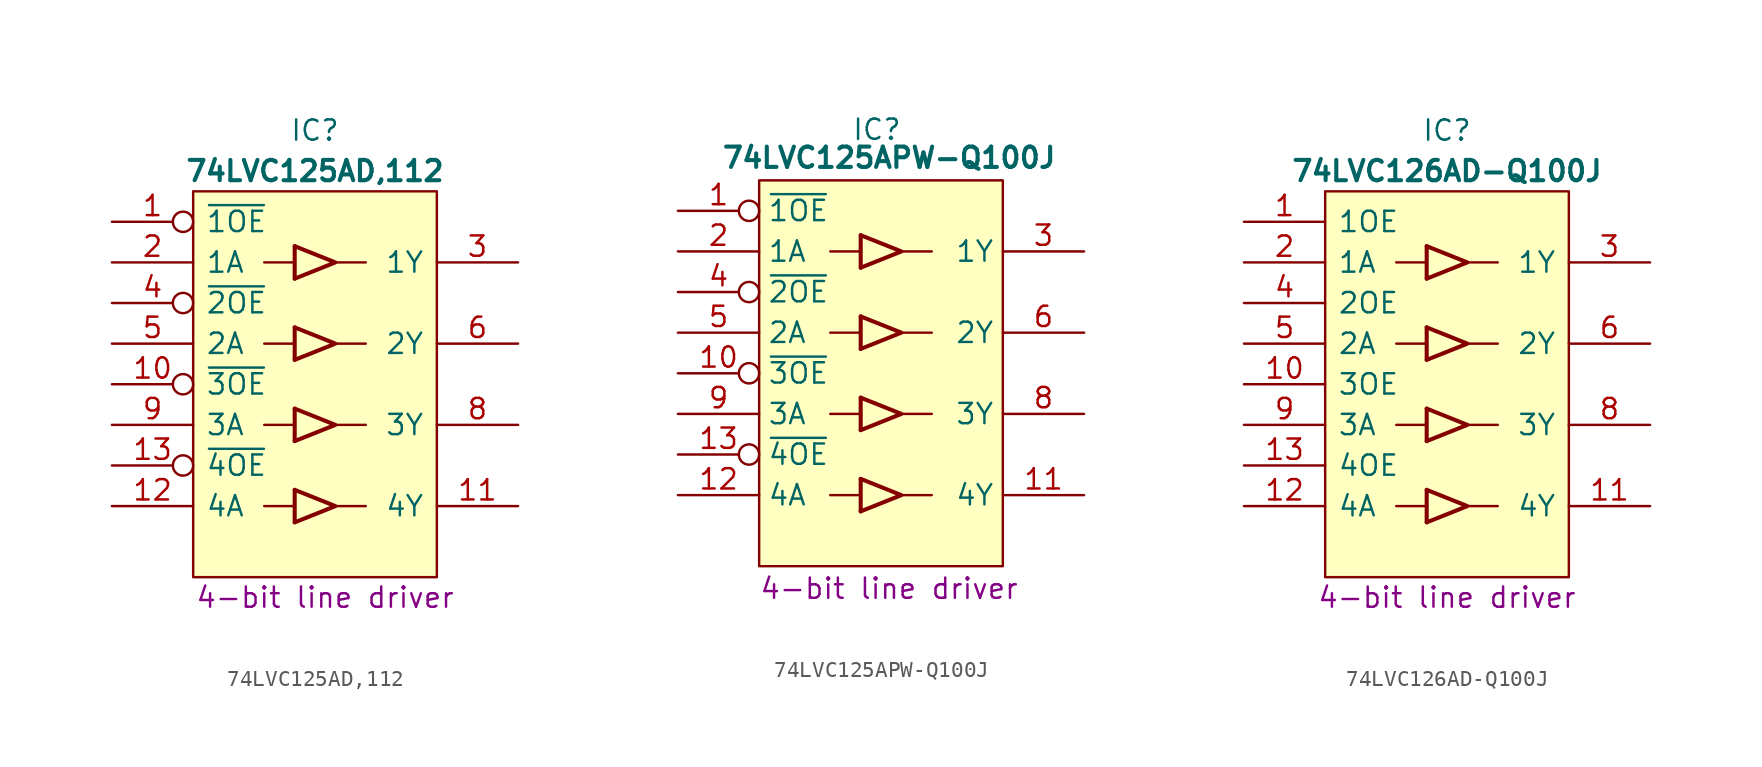
<source format=kicad_sym>
(kicad_symbol_lib
  (version 20231120)
  (generator "kicad_symbol_editor")
  (generator_version "8.0")
  (symbol "74LVC125AD,112"
    (pin_names
      (offset 0.762))
    (property "Reference" "IC"
      (at 12.7 5.715 0)
      (effects (font (size 1.27 1.27))))
    (property "Value" "74LVC125AD,112"
      (at 12.7 3.175 0)
      (effects (font (size 1.27 1.27) (bold yes))))
    (property "Description" "4-bit line driver "
      (at 13.335 -23.495 0)
      (effects (font (size 1.27 1.27))))
    (symbol "74LVC125AD,112_0_0"
      (pin tri_state line (at 25.4 -17.78 180) (length 5.08) (name "4Y" (effects (font (size 1.27 1.27)))) (number "11" (effects (font (size 1.27 1.27)))))
      (pin input line (at 0 -17.78 0) (length 5.08) (name "4A" (effects (font (size 1.27 1.27)))) (number "12" (effects (font (size 1.27 1.27)))))
      (pin input line (at 0 -2.54 0) (length 5.08) (name "1A" (effects (font (size 1.27 1.27)))) (number "2" (effects (font (size 1.27 1.27)))))
      (pin tri_state line (at 25.4 -2.54 180) (length 5.08) (name "1Y" (effects (font (size 1.27 1.27)))) (number "3" (effects (font (size 1.27 1.27)))))
      (pin input line (at 0 -7.62 0) (length 5.08) (name "2A" (effects (font (size 1.27 1.27)))) (number "5" (effects (font (size 1.27 1.27)))))
      (pin tri_state line (at 25.4 -7.62 180) (length 5.08) (name "2Y" (effects (font (size 1.27 1.27)))) (number "6" (effects (font (size 1.27 1.27)))))
      (pin tri_state line (at 25.4 -12.7 180) (length 5.08) (name "3Y" (effects (font (size 1.27 1.27)))) (number "8" (effects (font (size 1.27 1.27)))))
      (pin input line (at 0 -12.7 0) (length 5.08) (name "3A" (effects (font (size 1.27 1.27)))) (number "9" (effects (font (size 1.27 1.27))))))
    (symbol "74LVC125AD,112_0_1"
      (polyline (pts (xy 9.525 -17.78) (xy 11.43 -17.78)) (stroke (width 0) (type default)) (fill (type none)))
      (polyline (pts (xy 9.525 -12.7) (xy 11.43 -12.7)) (stroke (width 0) (type default)) (fill (type none)))
      (polyline (pts (xy 9.525 -7.62) (xy 11.43 -7.62)) (stroke (width 0) (type default)) (fill (type none)))
      (polyline (pts (xy 9.525 -2.54) (xy 11.43 -2.54)) (stroke (width 0) (type default)) (fill (type none)))
      (polyline (pts (xy 13.97 -17.78) (xy 15.875 -17.78)) (stroke (width 0) (type default)) (fill (type none)))
      (polyline (pts (xy 13.97 -12.7) (xy 15.875 -12.7)) (stroke (width 0) (type default)) (fill (type none)))
      (polyline (pts (xy 13.97 -7.62) (xy 15.875 -7.62)) (stroke (width 0) (type default)) (fill (type none)))
      (polyline (pts (xy 13.97 -2.54) (xy 15.875 -2.54)) (stroke (width 0) (type default)) (fill (type none)))
      (polyline (pts (xy 11.43 -18.796) (xy 13.97 -17.78) (xy 11.43 -16.764)) (stroke (width 0.254) (type default)) (fill (type none)))
      (polyline (pts (xy 11.43 -13.716) (xy 13.97 -12.7) (xy 11.43 -11.684)) (stroke (width 0.254) (type default)) (fill (type none)))
      (polyline (pts (xy 11.43 -8.636) (xy 13.97 -7.62) (xy 11.43 -6.604)) (stroke (width 0.254) (type default)) (fill (type none)))
      (polyline (pts (xy 11.43 -3.556) (xy 13.97 -2.54) (xy 11.43 -1.524)) (stroke (width 0.254) (type default)) (fill (type none)))
      (polyline (pts (xy 5.08 1.905) (xy 20.32 1.905) (xy 20.32 -22.225) (xy 5.08 -22.225) (xy 5.08 1.905)) (stroke (width 0.152) (type default)) (fill (type background)))
      (rectangle (start 11.43 -16.764) (end 11.43 -18.796) (stroke (width 0.254) (type default)) (fill (type background)))
      (rectangle (start 11.43 -11.684) (end 11.43 -13.716) (stroke (width 0.254) (type default)) (fill (type background)))
      (rectangle (start 11.43 -6.604) (end 11.43 -8.636) (stroke (width 0.254) (type default)) (fill (type background)))
      (rectangle (start 11.43 -1.524) (end 11.43 -3.556) (stroke (width 0.254) (type default)) (fill (type background))))
    (symbol "74LVC125AD,112_1_0"
      (pin input inverted (at 0 0 0) (length 5.08) (name "~{1OE}" (effects (font (size 1.27 1.27)))) (number "1" (effects (font (size 1.27 1.27)))))
      (pin input inverted (at 0 -10.16 0) (length 5.08) (name "~{3OE}" (effects (font (size 1.27 1.27)))) (number "10" (effects (font (size 1.27 1.27)))))
      (pin input inverted (at 0 -15.24 0) (length 5.08) (name "~{4OE}" (effects (font (size 1.27 1.27)))) (number "13" (effects (font (size 1.27 1.27)))))
      (pin passive line (at 25.4 0 180) (length 5.08) hide (name "3V" (effects (font (size 1.27 1.27)))) (number "14" (effects (font (size 1.27 1.27)))))
      (pin input inverted (at 0 -5.08 0) (length 5.08) (name "~{2OE}" (effects (font (size 1.27 1.27)))) (number "4" (effects (font (size 1.27 1.27)))))
      (pin passive line (at 0 -20.32 0) (length 5.08) hide (name "GND" (effects (font (size 1.27 1.27)))) (number "7" (effects (font (size 1.27 1.27)))))))
  (symbol "74LVC125APW-Q100J"
    (property "Reference" "IC"
      (at 12.446 5.08 0)
      (effects (font (size 1.27 1.27))))
    (property "Value" "74LVC125APW-Q100J"
      (at 13.208 4.064 0)
      (effects (font (size 1.27 1.27) (bold yes)) (justify top)))
    (property "Description" "4-bit line driver "
      (at 13.208 -23.622 0)
      (effects (font (size 1.27 1.27))))
    (symbol "74LVC125APW-Q100J_0_0"
      (pin tri_state line (at 25.4 -17.78 180) (length 5.08) (name "4Y" (effects (font (size 1.27 1.27)))) (number "11" (effects (font (size 1.27 1.27)))))
      (pin input line (at 0 -17.78 0) (length 5.08) (name "4A" (effects (font (size 1.27 1.27)))) (number "12" (effects (font (size 1.27 1.27)))))
      (pin input line (at 0 -2.54 0) (length 5.08) (name "1A" (effects (font (size 1.27 1.27)))) (number "2" (effects (font (size 1.27 1.27)))))
      (pin tri_state line (at 25.4 -2.54 180) (length 5.08) (name "1Y" (effects (font (size 1.27 1.27)))) (number "3" (effects (font (size 1.27 1.27)))))
      (pin input line (at 0 -7.62 0) (length 5.08) (name "2A" (effects (font (size 1.27 1.27)))) (number "5" (effects (font (size 1.27 1.27)))))
      (pin tri_state line (at 25.4 -7.62 180) (length 5.08) (name "2Y" (effects (font (size 1.27 1.27)))) (number "6" (effects (font (size 1.27 1.27)))))
      (pin tri_state line (at 25.4 -12.7 180) (length 5.08) (name "3Y" (effects (font (size 1.27 1.27)))) (number "8" (effects (font (size 1.27 1.27)))))
      (pin input line (at 0 -12.7 0) (length 5.08) (name "3A" (effects (font (size 1.27 1.27)))) (number "9" (effects (font (size 1.27 1.27))))))
    (symbol "74LVC125APW-Q100J_0_1"
      (polyline (pts (xy 9.525 -17.78) (xy 11.43 -17.78)) (stroke (width 0) (type default)) (fill (type none)))
      (polyline (pts (xy 9.525 -12.7) (xy 11.43 -12.7)) (stroke (width 0) (type default)) (fill (type none)))
      (polyline (pts (xy 9.525 -7.62) (xy 11.43 -7.62)) (stroke (width 0) (type default)) (fill (type none)))
      (polyline (pts (xy 9.525 -2.54) (xy 11.43 -2.54)) (stroke (width 0) (type default)) (fill (type none)))
      (polyline (pts (xy 13.97 -17.78) (xy 15.875 -17.78)) (stroke (width 0) (type default)) (fill (type none)))
      (polyline (pts (xy 13.97 -12.7) (xy 15.875 -12.7)) (stroke (width 0) (type default)) (fill (type none)))
      (polyline (pts (xy 13.97 -7.62) (xy 15.875 -7.62)) (stroke (width 0) (type default)) (fill (type none)))
      (polyline (pts (xy 13.97 -2.54) (xy 15.875 -2.54)) (stroke (width 0) (type default)) (fill (type none)))
      (polyline (pts (xy 11.43 -18.796) (xy 13.97 -17.78) (xy 11.43 -16.764)) (stroke (width 0.254) (type default)) (fill (type none)))
      (polyline (pts (xy 11.43 -13.716) (xy 13.97 -12.7) (xy 11.43 -11.684)) (stroke (width 0.254) (type default)) (fill (type none)))
      (polyline (pts (xy 11.43 -8.636) (xy 13.97 -7.62) (xy 11.43 -6.604)) (stroke (width 0.254) (type default)) (fill (type none)))
      (polyline (pts (xy 11.43 -3.556) (xy 13.97 -2.54) (xy 11.43 -1.524)) (stroke (width 0.254) (type default)) (fill (type none)))
      (polyline (pts (xy 5.08 1.905) (xy 20.32 1.905) (xy 20.32 -22.225) (xy 5.08 -22.225) (xy 5.08 1.905)) (stroke (width 0.152) (type default)) (fill (type background)))
      (rectangle (start 11.43 -16.764) (end 11.43 -18.796) (stroke (width 0.254) (type default)) (fill (type background)))
      (rectangle (start 11.43 -11.684) (end 11.43 -13.716) (stroke (width 0.254) (type default)) (fill (type background)))
      (rectangle (start 11.43 -6.604) (end 11.43 -8.636) (stroke (width 0.254) (type default)) (fill (type background)))
      (rectangle (start 11.43 -1.524) (end 11.43 -3.556) (stroke (width 0.254) (type default)) (fill (type background))))
    (symbol "74LVC125APW-Q100J_1_0"
      (pin input inverted (at 0 0 0) (length 5.08) (name "~{1OE}" (effects (font (size 1.27 1.27)))) (number "1" (effects (font (size 1.27 1.27)))))
      (pin input inverted (at 0 -10.16 0) (length 5.08) (name "~{3OE}" (effects (font (size 1.27 1.27)))) (number "10" (effects (font (size 1.27 1.27)))))
      (pin input inverted (at 0 -15.24 0) (length 5.08) (name "~{4OE}" (effects (font (size 1.27 1.27)))) (number "13" (effects (font (size 1.27 1.27)))))
      (pin passive line (at 25.4 0 180) (length 5.08) hide (name "3V" (effects (font (size 1.27 1.27)))) (number "14" (effects (font (size 1.27 1.27)))))
      (pin input inverted (at 0 -5.08 0) (length 5.08) (name "~{2OE}" (effects (font (size 1.27 1.27)))) (number "4" (effects (font (size 1.27 1.27)))))
      (pin passive line (at 0 -20.32 0) (length 5.08) hide (name "GND" (effects (font (size 1.27 1.27)))) (number "7" (effects (font (size 1.27 1.27)))))))
  (symbol "74LVC126AD-Q100J"
    (pin_names
      (offset 0.762))
    (property "Reference" "IC"
      (at 12.7 5.715 0)
      (effects (font (size 1.27 1.27))))
    (property "Value" "74LVC126AD-Q100J"
      (at 12.7 3.175 0)
      (effects (font (size 1.27 1.27) (bold yes))))
    (property "Description" "4-bit line driver"
      (at 12.7 -23.495 0)
      (effects (font (size 1.27 1.27))))
    (symbol "74LVC126AD-Q100J_0_0"
      (pin tri_state line (at 25.4 -17.78 180) (length 5.08) (name "4Y" (effects (font (size 1.27 1.27)))) (number "11" (effects (font (size 1.27 1.27)))))
      (pin input line (at 0 -17.78 0) (length 5.08) (name "4A" (effects (font (size 1.27 1.27)))) (number "12" (effects (font (size 1.27 1.27)))))
      (pin input line (at 0 -2.54 0) (length 5.08) (name "1A" (effects (font (size 1.27 1.27)))) (number "2" (effects (font (size 1.27 1.27)))))
      (pin tri_state line (at 25.4 -2.54 180) (length 5.08) (name "1Y" (effects (font (size 1.27 1.27)))) (number "3" (effects (font (size 1.27 1.27)))))
      (pin input line (at 0 -7.62 0) (length 5.08) (name "2A" (effects (font (size 1.27 1.27)))) (number "5" (effects (font (size 1.27 1.27)))))
      (pin tri_state line (at 25.4 -7.62 180) (length 5.08) (name "2Y" (effects (font (size 1.27 1.27)))) (number "6" (effects (font (size 1.27 1.27)))))
      (pin tri_state line (at 25.4 -12.7 180) (length 5.08) (name "3Y" (effects (font (size 1.27 1.27)))) (number "8" (effects (font (size 1.27 1.27)))))
      (pin input line (at 0 -12.7 0) (length 5.08) (name "3A" (effects (font (size 1.27 1.27)))) (number "9" (effects (font (size 1.27 1.27))))))
    (symbol "74LVC126AD-Q100J_0_1"
      (polyline (pts (xy 9.525 -17.78) (xy 11.43 -17.78)) (stroke (width 0) (type default)) (fill (type none)))
      (polyline (pts (xy 9.525 -12.7) (xy 11.43 -12.7)) (stroke (width 0) (type default)) (fill (type none)))
      (polyline (pts (xy 9.525 -7.62) (xy 11.43 -7.62)) (stroke (width 0) (type default)) (fill (type none)))
      (polyline (pts (xy 9.525 -2.54) (xy 11.43 -2.54)) (stroke (width 0) (type default)) (fill (type none)))
      (polyline (pts (xy 13.97 -17.78) (xy 15.875 -17.78)) (stroke (width 0) (type default)) (fill (type none)))
      (polyline (pts (xy 13.97 -12.7) (xy 15.875 -12.7)) (stroke (width 0) (type default)) (fill (type none)))
      (polyline (pts (xy 13.97 -7.62) (xy 15.875 -7.62)) (stroke (width 0) (type default)) (fill (type none)))
      (polyline (pts (xy 13.97 -2.54) (xy 15.875 -2.54)) (stroke (width 0) (type default)) (fill (type none)))
      (polyline (pts (xy 11.43 -18.796) (xy 13.97 -17.78) (xy 11.43 -16.764)) (stroke (width 0.254) (type default)) (fill (type none)))
      (polyline (pts (xy 11.43 -13.716) (xy 13.97 -12.7) (xy 11.43 -11.684)) (stroke (width 0.254) (type default)) (fill (type none)))
      (polyline (pts (xy 11.43 -8.636) (xy 13.97 -7.62) (xy 11.43 -6.604)) (stroke (width 0.254) (type default)) (fill (type none)))
      (polyline (pts (xy 11.43 -3.556) (xy 13.97 -2.54) (xy 11.43 -1.524)) (stroke (width 0.254) (type default)) (fill (type none)))
      (polyline (pts (xy 5.08 1.905) (xy 20.32 1.905) (xy 20.32 -22.225) (xy 5.08 -22.225) (xy 5.08 1.905)) (stroke (width 0.152) (type default)) (fill (type background)))
      (rectangle (start 11.43 -16.764) (end 11.43 -18.796) (stroke (width 0.254) (type default)) (fill (type background)))
      (rectangle (start 11.43 -11.684) (end 11.43 -13.716) (stroke (width 0.254) (type default)) (fill (type background)))
      (rectangle (start 11.43 -6.604) (end 11.43 -8.636) (stroke (width 0.254) (type default)) (fill (type background)))
      (rectangle (start 11.43 -1.524) (end 11.43 -3.556) (stroke (width 0.254) (type default)) (fill (type background))))
    (symbol "74LVC126AD-Q100J_1_0"
      (pin input line (at 0 0 0) (length 5.08) (name "1OE" (effects (font (size 1.27 1.27)))) (number "1" (effects (font (size 1.27 1.27)))))
      (pin input line (at 0 -10.16 0) (length 5.08) (name "3OE" (effects (font (size 1.27 1.27)))) (number "10" (effects (font (size 1.27 1.27)))))
      (pin input line (at 0 -15.24 0) (length 5.08) (name "4OE" (effects (font (size 1.27 1.27)))) (number "13" (effects (font (size 1.27 1.27)))))
      (pin passive line (at 25.4 0 180) (length 5.08) hide (name "3V" (effects (font (size 1.27 1.27)))) (number "14" (effects (font (size 1.27 1.27)))))
      (pin input line (at 0 -5.08 0) (length 5.08) (name "2OE" (effects (font (size 1.27 1.27)))) (number "4" (effects (font (size 1.27 1.27)))))
      (pin passive line (at 0 -20.32 0) (length 5.08) hide (name "GND" (effects (font (size 1.27 1.27)))) (number "7" (effects (font (size 1.27 1.27))))))))
</source>
